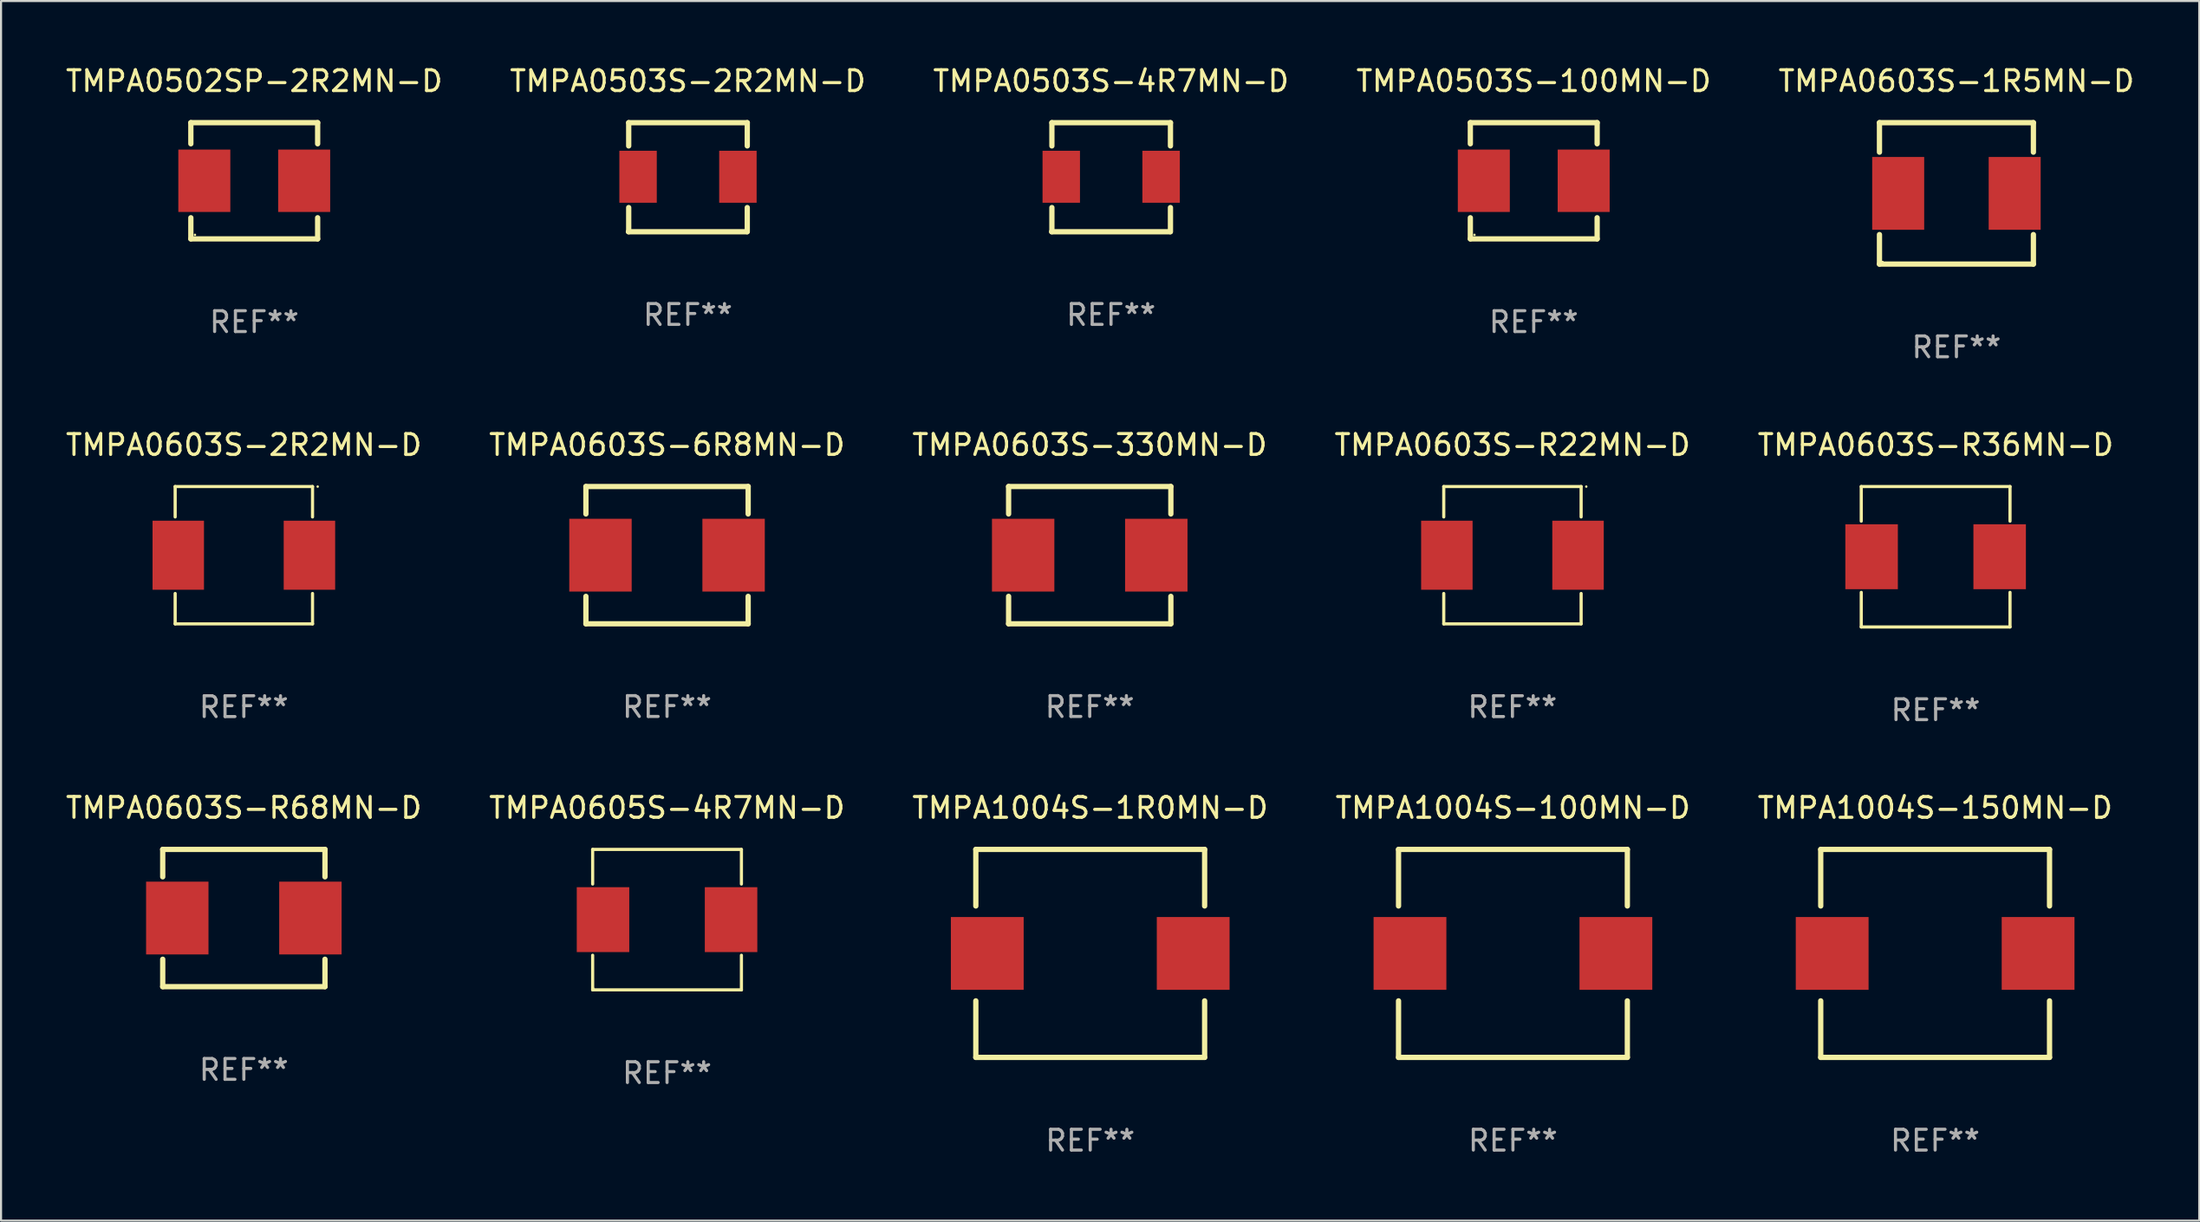
<source format=kicad_pcb>
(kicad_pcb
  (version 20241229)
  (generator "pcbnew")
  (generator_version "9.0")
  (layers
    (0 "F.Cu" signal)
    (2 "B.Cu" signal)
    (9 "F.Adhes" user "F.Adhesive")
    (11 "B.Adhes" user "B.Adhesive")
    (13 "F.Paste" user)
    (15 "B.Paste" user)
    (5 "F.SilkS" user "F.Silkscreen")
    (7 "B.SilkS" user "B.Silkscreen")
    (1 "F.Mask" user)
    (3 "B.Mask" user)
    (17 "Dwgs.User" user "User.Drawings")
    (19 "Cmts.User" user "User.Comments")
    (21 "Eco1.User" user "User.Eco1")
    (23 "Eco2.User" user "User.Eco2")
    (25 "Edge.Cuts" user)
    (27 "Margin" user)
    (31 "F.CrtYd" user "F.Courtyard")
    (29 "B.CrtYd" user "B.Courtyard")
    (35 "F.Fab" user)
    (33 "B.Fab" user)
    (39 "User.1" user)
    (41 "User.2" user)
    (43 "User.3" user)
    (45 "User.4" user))
  (footprint "TMPA0603S-6R8MN-D"
    (layer "F.Cu")
    (at 29.018 23.644)
    (property "Reference" "TMPA0603S-6R8MN-D" (at 0 -5.3 0) (layer "F.SilkS") (effects (font (size 1 1) (thickness 0.15))))
    (attr through_hole)
    (fp_line (start -3.9 -3.3) (end -3.9 -1.981) (stroke (width 0.254) (type solid)) (layer "F.SilkS"))
    (fp_line (start -3.9 -3.3) (end 3.9 -3.3) (stroke (width 0.254) (type solid)) (layer "F.SilkS"))
    (fp_line (start -3.9 1.981) (end -3.9 3.3) (stroke (width 0.254) (type solid)) (layer "F.SilkS"))
    (fp_line (start 3.9 3.3) (end -3.9 3.3) (stroke (width 0.254) (type solid)) (layer "F.SilkS"))
    (fp_line (start 3.9 -3.3) (end 3.9 -1.981) (stroke (width 0.254) (type solid)) (layer "F.SilkS"))
    (fp_line (start 3.9 1.981) (end 3.9 3.3) (stroke (width 0.254) (type solid)) (layer "F.SilkS"))
    (fp_circle (center -3.55 3.3) (end -3.52 3.3) (stroke (width 0.06) (type solid)) (fill no) (layer "F.SilkS"))
    (fp_text user "REF**" (at 0 7.3 0) (layer "F.Fab") (effects (font (size 1 1) (thickness 0.15))))
    (pad "1" smd rect (at -3.2 0.000279) (size 3 3.5) (layers "F.Cu" "F.Mask" "F.Paste"))
    (pad "2" smd rect (at 3.2 0.000279) (size 3 3.5) (layers "F.Cu" "F.Mask" "F.Paste")))
  (footprint "TMPA0603S-R36MN-D"
    (layer "F.Cu")
    (at 90.006 23.721)
    (property "Reference" "TMPA0603S-R36MN-D" (at 0 -5.376 0) (layer "F.SilkS") (effects (font (size 1 1) (thickness 0.15))))
    (attr through_hole)
    (fp_line (start -3.576 -3.376) (end 3.576 -3.376) (stroke (width 0.152) (type solid)) (layer "F.SilkS"))
    (fp_line (start -3.576 -1.712) (end -3.576 -3.376) (stroke (width 0.152) (type solid)) (layer "F.SilkS"))
    (fp_line (start -3.576 1.712) (end -3.576 3.376) (stroke (width 0.152) (type solid)) (layer "F.SilkS"))
    (fp_line (start -3.576 3.376) (end 3.576 3.376) (stroke (width 0.152) (type solid)) (layer "F.SilkS"))
    (fp_line (start 3.576 -3.376) (end 3.576 -1.712) (stroke (width 0.152) (type solid)) (layer "F.SilkS"))
    (fp_line (start 3.576 3.376) (end 3.576 1.712) (stroke (width 0.152) (type solid)) (layer "F.SilkS"))
    (fp_circle (center -3.552 3.307) (end -3.522 3.307) (stroke (width 0.06) (type solid)) (fill no) (layer "F.SilkS"))
    (fp_text user "REF**" (at 0 7.376 0) (layer "F.Fab") (effects (font (size 1 1) (thickness 0.15))))
    (pad "1" smd rect (at -3.078 0) (size 2.524 3.12) (layers "F.Cu" "F.Mask" "F.Paste"))
    (pad "2" smd rect (at 3.078 0) (size 2.524 3.12) (layers "F.Cu" "F.Mask" "F.Paste")))
  (footprint "TMPA0603S-R68MN-D"
    (layer "F.Cu")
    (at 8.673 41.093)
    (property "Reference" "TMPA0603S-R68MN-D" (at 0 -5.3 0) (layer "F.SilkS") (effects (font (size 1 1) (thickness 0.15))))
    (attr through_hole)
    (fp_line (start -3.9 -3.3) (end -3.9 -1.981) (stroke (width 0.254) (type solid)) (layer "F.SilkS"))
    (fp_line (start -3.9 -3.3) (end 3.9 -3.3) (stroke (width 0.254) (type solid)) (layer "F.SilkS"))
    (fp_line (start -3.9 1.981) (end -3.9 3.3) (stroke (width 0.254) (type solid)) (layer "F.SilkS"))
    (fp_line (start 3.9 3.3) (end -3.9 3.3) (stroke (width 0.254) (type solid)) (layer "F.SilkS"))
    (fp_line (start 3.9 -3.3) (end 3.9 -1.981) (stroke (width 0.254) (type solid)) (layer "F.SilkS"))
    (fp_line (start 3.9 1.981) (end 3.9 3.3) (stroke (width 0.254) (type solid)) (layer "F.SilkS"))
    (fp_circle (center -3.55 3.3) (end -3.52 3.3) (stroke (width 0.06) (type solid)) (fill no) (layer "F.SilkS"))
    (fp_text user "REF**" (at 0 7.3 0) (layer "F.Fab") (effects (font (size 1 1) (thickness 0.15))))
    (pad "1" smd rect (at -3.2 0.000279) (size 3 3.5) (layers "F.Cu" "F.Mask" "F.Paste"))
    (pad "2" smd rect (at 3.2 0.000279) (size 3 3.5) (layers "F.Cu" "F.Mask" "F.Paste")))
  (footprint "TMPA0605S-4R7MN-D"
    (layer "F.Cu")
    (at 29.018 41.17)
    (property "Reference" "TMPA0605S-4R7MN-D" (at 0 -5.376 0) (layer "F.SilkS") (effects (font (size 1 1) (thickness 0.15))))
    (attr through_hole)
    (fp_line (start -3.576 -3.376) (end 3.576 -3.376) (stroke (width 0.152) (type solid)) (layer "F.SilkS"))
    (fp_line (start -3.576 -1.712) (end -3.576 -3.376) (stroke (width 0.152) (type solid)) (layer "F.SilkS"))
    (fp_line (start -3.576 1.712) (end -3.576 3.376) (stroke (width 0.152) (type solid)) (layer "F.SilkS"))
    (fp_line (start -3.576 3.376) (end 3.576 3.376) (stroke (width 0.152) (type solid)) (layer "F.SilkS"))
    (fp_line (start 3.576 -3.376) (end 3.576 -1.712) (stroke (width 0.152) (type solid)) (layer "F.SilkS"))
    (fp_line (start 3.576 3.376) (end 3.576 1.712) (stroke (width 0.152) (type solid)) (layer "F.SilkS"))
    (fp_circle (center -3.552 3.307) (end -3.522 3.307) (stroke (width 0.06) (type solid)) (fill no) (layer "F.SilkS"))
    (fp_text user "REF**" (at 0 7.376 0) (layer "F.Fab") (effects (font (size 1 1) (thickness 0.15))))
    (pad "1" smd rect (at -3.078 0) (size 2.524 3.12) (layers "F.Cu" "F.Mask" "F.Paste"))
    (pad "2" smd rect (at 3.078 0) (size 2.524 3.12) (layers "F.Cu" "F.Mask" "F.Paste")))
  (footprint "TMPA1004S-100MN-D"
    (layer "F.Cu")
    (at 69.685 42.794)
    (property "Reference" "TMPA1004S-100MN-D" (at 0 -7 0) (layer "F.SilkS") (effects (font (size 1 1) (thickness 0.15))))
    (attr through_hole)
    (fp_line (start -5.5 -5) (end 5.5 -5) (stroke (width 0.254) (type solid)) (layer "F.SilkS"))
    (fp_line (start -5.5 -2.281) (end -5.5 -5) (stroke (width 0.254) (type solid)) (layer "F.SilkS"))
    (fp_line (start -5.5 5) (end -5.5 2.281) (stroke (width 0.254) (type solid)) (layer "F.SilkS"))
    (fp_line (start -5.5 5) (end 5.5 5) (stroke (width 0.254) (type solid)) (layer "F.SilkS"))
    (fp_line (start 5.5 -2.281) (end 5.5 -5) (stroke (width 0.254) (type solid)) (layer "F.SilkS"))
    (fp_line (start 5.5 5) (end 5.5 2.281) (stroke (width 0.254) (type solid)) (layer "F.SilkS"))
    (fp_circle (center -5.5 5) (end -5.47 5) (stroke (width 0.06) (type solid)) (fill no) (layer "F.SilkS"))
    (fp_text user "REF**" (at 0 9 0) (layer "F.Fab") (effects (font (size 1 1) (thickness 0.15))))
    (pad "1" smd rect (at -4.95 0 90) (size 3.5 3.5) (layers "F.Cu" "F.Mask" "F.Paste"))
    (pad "2" smd rect (at 4.95 0 270) (size 3.5 3.5) (layers "F.Cu" "F.Mask" "F.Paste")))
  (footprint "TMPA0603S-R22MN-D"
    (layer "F.Cu")
    (at 69.661 23.647)
    (property "Reference" "TMPA0603S-R22MN-D" (at 0 -5.302 0) (layer "F.SilkS") (effects (font (size 1 1) (thickness 0.15))))
    (attr through_hole)
    (fp_line (start -3.302 -3.302) (end -3.302 -1.84) (stroke (width 0.152) (type solid)) (layer "F.SilkS"))
    (fp_line (start -3.302 1.84) (end -3.302 3.302) (stroke (width 0.152) (type solid)) (layer "F.SilkS"))
    (fp_line (start -3.302 3.302) (end 3.302 3.302) (stroke (width 0.152) (type solid)) (layer "F.SilkS"))
    (fp_line (start 3.302 -3.302) (end -3.302 -3.302) (stroke (width 0.152) (type solid)) (layer "F.SilkS"))
    (fp_line (start 3.302 -1.84) (end 3.302 -3.302) (stroke (width 0.152) (type solid)) (layer "F.SilkS"))
    (fp_line (start 3.302 3.302) (end 3.302 1.84) (stroke (width 0.152) (type solid)) (layer "F.SilkS"))
    (fp_circle (center 3.55 -3.3) (end 3.58 -3.3) (stroke (width 0.06) (type solid)) (fill no) (layer "F.SilkS"))
    (fp_text user "REF**" (at 0 7.302 0) (layer "F.Fab") (effects (font (size 1 1) (thickness 0.15))))
    (pad "1" smd rect (at 3.153 0) (size 2.474 3.32) (layers "F.Cu" "F.Mask" "F.Paste"))
    (pad "2" smd rect (at -3.153 0) (size 2.474 3.32) (layers "F.Cu" "F.Mask" "F.Paste")))
  (footprint "TMPA0503S-4R7MN-D"
    (layer "F.Cu")
    (at 50.363 5.471)
    (property "Reference" "TMPA0503S-4R7MN-D" (at 0 -4.622 0) (layer "F.SilkS") (effects (font (size 1 1) (thickness 0.15))))
    (attr through_hole)
    (fp_line (start -2.843 -2.622) (end -2.843 -1.504) (stroke (width 0.254) (type solid)) (layer "F.SilkS"))
    (fp_line (start -2.843 -2.622) (end 2.857 -2.622) (stroke (width 0.254) (type solid)) (layer "F.SilkS"))
    (fp_line (start -2.843 1.459) (end -2.843 2.622) (stroke (width 0.254) (type solid)) (layer "F.SilkS"))
    (fp_line (start 2.843 2.622) (end -2.857 2.622) (stroke (width 0.254) (type solid)) (layer "F.SilkS"))
    (fp_line (start 2.857 -2.622) (end 2.857 -1.504) (stroke (width 0.254) (type solid)) (layer "F.SilkS"))
    (fp_line (start 2.857 1.459) (end 2.857 2.622) (stroke (width 0.254) (type solid)) (layer "F.SilkS"))
    (fp_circle (center -2.843 2.578) (end -2.813 2.578) (stroke (width 0.06) (type solid)) (fill no) (layer "F.SilkS"))
    (fp_text user "REF**" (at 0 6.622 0) (layer "F.Fab") (effects (font (size 1 1) (thickness 0.15))))
    (pad "1" smd rect (at -2.393 -0.022 270) (size 2.5 1.8) (layers "F.Cu" "F.Mask" "F.Paste"))
    (pad "2" smd rect (at 2.407 -0.022 270) (size 2.5 1.8) (layers "F.Cu" "F.Mask" "F.Paste")))
  (footprint "TMPA0503S-2R2MN-D"
    (layer "F.Cu")
    (at 30.018 5.471)
    (property "Reference" "TMPA0503S-2R2MN-D" (at 0 -4.622 0) (layer "F.SilkS") (effects (font (size 1 1) (thickness 0.15))))
    (attr through_hole)
    (fp_line (start -2.843 -2.622) (end -2.843 -1.504) (stroke (width 0.254) (type solid)) (layer "F.SilkS"))
    (fp_line (start -2.843 -2.622) (end 2.857 -2.622) (stroke (width 0.254) (type solid)) (layer "F.SilkS"))
    (fp_line (start -2.843 1.459) (end -2.843 2.622) (stroke (width 0.254) (type solid)) (layer "F.SilkS"))
    (fp_line (start 2.843 2.622) (end -2.857 2.622) (stroke (width 0.254) (type solid)) (layer "F.SilkS"))
    (fp_line (start 2.857 -2.622) (end 2.857 -1.504) (stroke (width 0.254) (type solid)) (layer "F.SilkS"))
    (fp_line (start 2.857 1.459) (end 2.857 2.622) (stroke (width 0.254) (type solid)) (layer "F.SilkS"))
    (fp_circle (center -2.843 2.578) (end -2.813 2.578) (stroke (width 0.06) (type solid)) (fill no) (layer "F.SilkS"))
    (fp_text user "REF**" (at 0 6.622 0) (layer "F.Fab") (effects (font (size 1 1) (thickness 0.15))))
    (pad "1" smd rect (at -2.393 -0.022 270) (size 2.5 1.8) (layers "F.Cu" "F.Mask" "F.Paste"))
    (pad "2" smd rect (at 2.407 -0.022 270) (size 2.5 1.8) (layers "F.Cu" "F.Mask" "F.Paste")))
  (footprint "TMPA0603S-2R2MN-D"
    (layer "F.Cu")
    (at 8.673 23.647)
    (property "Reference" "TMPA0603S-2R2MN-D" (at 0 -5.302 0) (layer "F.SilkS") (effects (font (size 1 1) (thickness 0.15))))
    (attr through_hole)
    (fp_line (start -3.302 -3.302) (end -3.302 -1.84) (stroke (width 0.152) (type solid)) (layer "F.SilkS"))
    (fp_line (start -3.302 1.84) (end -3.302 3.302) (stroke (width 0.152) (type solid)) (layer "F.SilkS"))
    (fp_line (start -3.302 3.302) (end 3.302 3.302) (stroke (width 0.152) (type solid)) (layer "F.SilkS"))
    (fp_line (start 3.302 -3.302) (end -3.302 -3.302) (stroke (width 0.152) (type solid)) (layer "F.SilkS"))
    (fp_line (start 3.302 -1.84) (end 3.302 -3.302) (stroke (width 0.152) (type solid)) (layer "F.SilkS"))
    (fp_line (start 3.302 3.302) (end 3.302 1.84) (stroke (width 0.152) (type solid)) (layer "F.SilkS"))
    (fp_circle (center 3.55 -3.3) (end 3.58 -3.3) (stroke (width 0.06) (type solid)) (fill no) (layer "F.SilkS"))
    (fp_text user "REF**" (at 0 7.302 0) (layer "F.Fab") (effects (font (size 1 1) (thickness 0.15))))
    (pad "1" smd rect (at 3.153 0) (size 2.474 3.32) (layers "F.Cu" "F.Mask" "F.Paste"))
    (pad "2" smd rect (at -3.153 0) (size 2.474 3.32) (layers "F.Cu" "F.Mask" "F.Paste")))
  (footprint "TMPA0603S-1R5MN-D"
    (layer "F.Cu")
    (at 91.006 6.248)
    (property "Reference" "TMPA0603S-1R5MN-D" (at 0 -5.4 0) (layer "F.SilkS") (effects (font (size 1 1) (thickness 0.15))))
    (attr through_hole)
    (fp_line (start -3.7 -3.4) (end -3.7 -1.981) (stroke (width 0.254) (type solid)) (layer "F.SilkS"))
    (fp_line (start -3.7 -3.4) (end 3.7 -3.4) (stroke (width 0.254) (type solid)) (layer "F.SilkS"))
    (fp_line (start -3.7 1.981) (end -3.7 3.4) (stroke (width 0.254) (type solid)) (layer "F.SilkS"))
    (fp_line (start -3.7 3.4) (end 3.7 3.4) (stroke (width 0.254) (type solid)) (layer "F.SilkS"))
    (fp_line (start 3.7 -3.4) (end 3.7 -1.981) (stroke (width 0.254) (type solid)) (layer "F.SilkS"))
    (fp_line (start 3.7 1.981) (end 3.7 3.4) (stroke (width 0.254) (type solid)) (layer "F.SilkS"))
    (fp_circle (center -3.55 3.3) (end -3.52 3.3) (stroke (width 0.06) (type solid)) (fill no) (layer "F.SilkS"))
    (fp_text user "REF**" (at 0 7.4 0) (layer "F.Fab") (effects (font (size 1 1) (thickness 0.15))))
    (pad "1" smd rect (at -2.8 0.000013 90) (size 3.5 2.5) (layers "F.Cu" "F.Mask" "F.Paste"))
    (pad "2" smd rect (at 2.8 0.000013 90) (size 3.5 2.5) (layers "F.Cu" "F.Mask" "F.Paste")))
  (footprint "TMPA0603S-330MN-D"
    (layer "F.Cu")
    (at 49.339 23.644)
    (property "Reference" "TMPA0603S-330MN-D" (at 0 -5.3 0) (layer "F.SilkS") (effects (font (size 1 1) (thickness 0.15))))
    (attr through_hole)
    (fp_line (start -3.9 -3.3) (end -3.9 -1.981) (stroke (width 0.254) (type solid)) (layer "F.SilkS"))
    (fp_line (start -3.9 -3.3) (end 3.9 -3.3) (stroke (width 0.254) (type solid)) (layer "F.SilkS"))
    (fp_line (start -3.9 1.981) (end -3.9 3.3) (stroke (width 0.254) (type solid)) (layer "F.SilkS"))
    (fp_line (start 3.9 3.3) (end -3.9 3.3) (stroke (width 0.254) (type solid)) (layer "F.SilkS"))
    (fp_line (start 3.9 -3.3) (end 3.9 -1.981) (stroke (width 0.254) (type solid)) (layer "F.SilkS"))
    (fp_line (start 3.9 1.981) (end 3.9 3.3) (stroke (width 0.254) (type solid)) (layer "F.SilkS"))
    (fp_circle (center -3.55 3.3) (end -3.52 3.3) (stroke (width 0.06) (type solid)) (fill no) (layer "F.SilkS"))
    (fp_text user "REF**" (at 0 7.3 0) (layer "F.Fab") (effects (font (size 1 1) (thickness 0.15))))
    (pad "1" smd rect (at -3.2 0.000279) (size 3 3.5) (layers "F.Cu" "F.Mask" "F.Paste"))
    (pad "2" smd rect (at 3.2 0.000279) (size 3 3.5) (layers "F.Cu" "F.Mask" "F.Paste")))
  (footprint "TMPA0502SP-2R2MN-D"
    (layer "F.Cu")
    (at 9.173 5.642)
    (property "Reference" "TMPA0502SP-2R2MN-D" (at 0 -4.794 0) (layer "F.SilkS") (effects (font (size 1 1) (thickness 0.15))))
    (attr through_hole)
    (fp_line (start -3.048 -2.794) (end 3.048 -2.794) (stroke (width 0.254) (type solid)) (layer "F.SilkS"))
    (fp_line (start -3.048 -1.778) (end -3.048 -2.794) (stroke (width 0.254) (type solid)) (layer "F.SilkS"))
    (fp_line (start -3.048 2.794) (end -3.048 1.778) (stroke (width 0.254) (type solid)) (layer "F.SilkS"))
    (fp_line (start 3.048 -2.794) (end 3.048 -1.778) (stroke (width 0.254) (type solid)) (layer "F.SilkS"))
    (fp_line (start 3.048 1.778) (end 3.048 2.794) (stroke (width 0.254) (type solid)) (layer "F.SilkS"))
    (fp_line (start 3.048 2.794) (end -3.048 2.794) (stroke (width 0.254) (type solid)) (layer "F.SilkS"))
    (fp_circle (center -2.85 2.6) (end -2.82 2.6) (stroke (width 0.06) (type solid)) (fill no) (layer "F.SilkS"))
    (fp_text user "REF**" (at 0 6.794 0) (layer "F.Fab") (effects (font (size 1 1) (thickness 0.15))))
    (pad "1" smd rect (at -2.4 0) (size 2.5 3) (layers "F.Cu" "F.Mask" "F.Paste"))
    (pad "2" smd rect (at 2.4 0) (size 2.5 3) (layers "F.Cu" "F.Mask" "F.Paste")))
  (footprint "TMPA0503S-100MN-D"
    (layer "F.Cu")
    (at 70.685 5.642)
    (property "Reference" "TMPA0503S-100MN-D" (at 0 -4.794 0) (layer "F.SilkS") (effects (font (size 1 1) (thickness 0.15))))
    (attr through_hole)
    (fp_line (start -3.048 -2.794) (end 3.048 -2.794) (stroke (width 0.254) (type solid)) (layer "F.SilkS"))
    (fp_line (start -3.048 -1.778) (end -3.048 -2.794) (stroke (width 0.254) (type solid)) (layer "F.SilkS"))
    (fp_line (start -3.048 2.794) (end -3.048 1.778) (stroke (width 0.254) (type solid)) (layer "F.SilkS"))
    (fp_line (start 3.048 -2.794) (end 3.048 -1.778) (stroke (width 0.254) (type solid)) (layer "F.SilkS"))
    (fp_line (start 3.048 1.778) (end 3.048 2.794) (stroke (width 0.254) (type solid)) (layer "F.SilkS"))
    (fp_line (start 3.048 2.794) (end -3.048 2.794) (stroke (width 0.254) (type solid)) (layer "F.SilkS"))
    (fp_circle (center -2.85 2.6) (end -2.82 2.6) (stroke (width 0.06) (type solid)) (fill no) (layer "F.SilkS"))
    (fp_text user "REF**" (at 0 6.794 0) (layer "F.Fab") (effects (font (size 1 1) (thickness 0.15))))
    (pad "1" smd rect (at -2.4 0) (size 2.5 3) (layers "F.Cu" "F.Mask" "F.Paste"))
    (pad "2" smd rect (at 2.4 0) (size 2.5 3) (layers "F.Cu" "F.Mask" "F.Paste")))
  (footprint "TMPA1004S-1R0MN-D"
    (layer "F.Cu")
    (at 49.363 42.794)
    (property "Reference" "TMPA1004S-1R0MN-D" (at 0 -7 0) (layer "F.SilkS") (effects (font (size 1 1) (thickness 0.15))))
    (attr through_hole)
    (fp_line (start -5.5 -5) (end 5.5 -5) (stroke (width 0.254) (type solid)) (layer "F.SilkS"))
    (fp_line (start -5.5 -2.281) (end -5.5 -5) (stroke (width 0.254) (type solid)) (layer "F.SilkS"))
    (fp_line (start -5.5 5) (end -5.5 2.281) (stroke (width 0.254) (type solid)) (layer "F.SilkS"))
    (fp_line (start -5.5 5) (end 5.5 5) (stroke (width 0.254) (type solid)) (layer "F.SilkS"))
    (fp_line (start 5.5 -2.281) (end 5.5 -5) (stroke (width 0.254) (type solid)) (layer "F.SilkS"))
    (fp_line (start 5.5 5) (end 5.5 2.281) (stroke (width 0.254) (type solid)) (layer "F.SilkS"))
    (fp_circle (center -5.5 5) (end -5.47 5) (stroke (width 0.06) (type solid)) (fill no) (layer "F.SilkS"))
    (fp_text user "REF**" (at 0 9 0) (layer "F.Fab") (effects (font (size 1 1) (thickness 0.15))))
    (pad "1" smd rect (at -4.95 0 90) (size 3.5 3.5) (layers "F.Cu" "F.Mask" "F.Paste"))
    (pad "2" smd rect (at 4.95 0 270) (size 3.5 3.5) (layers "F.Cu" "F.Mask" "F.Paste")))
  (footprint "TMPA1004S-150MN-D"
    (layer "F.Cu")
    (at 89.982 42.794)
    (property "Reference" "TMPA1004S-150MN-D" (at 0 -7 0) (layer "F.SilkS") (effects (font (size 1 1) (thickness 0.15))))
    (attr through_hole)
    (fp_line (start -5.5 -5) (end 5.5 -5) (stroke (width 0.254) (type solid)) (layer "F.SilkS"))
    (fp_line (start -5.5 -2.281) (end -5.5 -5) (stroke (width 0.254) (type solid)) (layer "F.SilkS"))
    (fp_line (start -5.5 5) (end -5.5 2.281) (stroke (width 0.254) (type solid)) (layer "F.SilkS"))
    (fp_line (start -5.5 5) (end 5.5 5) (stroke (width 0.254) (type solid)) (layer "F.SilkS"))
    (fp_line (start 5.5 -2.281) (end 5.5 -5) (stroke (width 0.254) (type solid)) (layer "F.SilkS"))
    (fp_line (start 5.5 5) (end 5.5 2.281) (stroke (width 0.254) (type solid)) (layer "F.SilkS"))
    (fp_circle (center -5.5 5) (end -5.47 5) (stroke (width 0.06) (type solid)) (fill no) (layer "F.SilkS"))
    (fp_text user "REF**" (at 0 9 0) (layer "F.Fab") (effects (font (size 1 1) (thickness 0.15))))
    (pad "1" smd rect (at -4.95 0 90) (size 3.5 3.5) (layers "F.Cu" "F.Mask" "F.Paste"))
    (pad "2" smd rect (at 4.95 0 270) (size 3.5 3.5) (layers "F.Cu" "F.Mask" "F.Paste")))
  (gr_rect
    (start -3 -3)
    (end 102.679 55.642)
    (stroke (width 0.1) (type default))
    (fill no)
    (layer "Edge.Cuts")))
</source>
